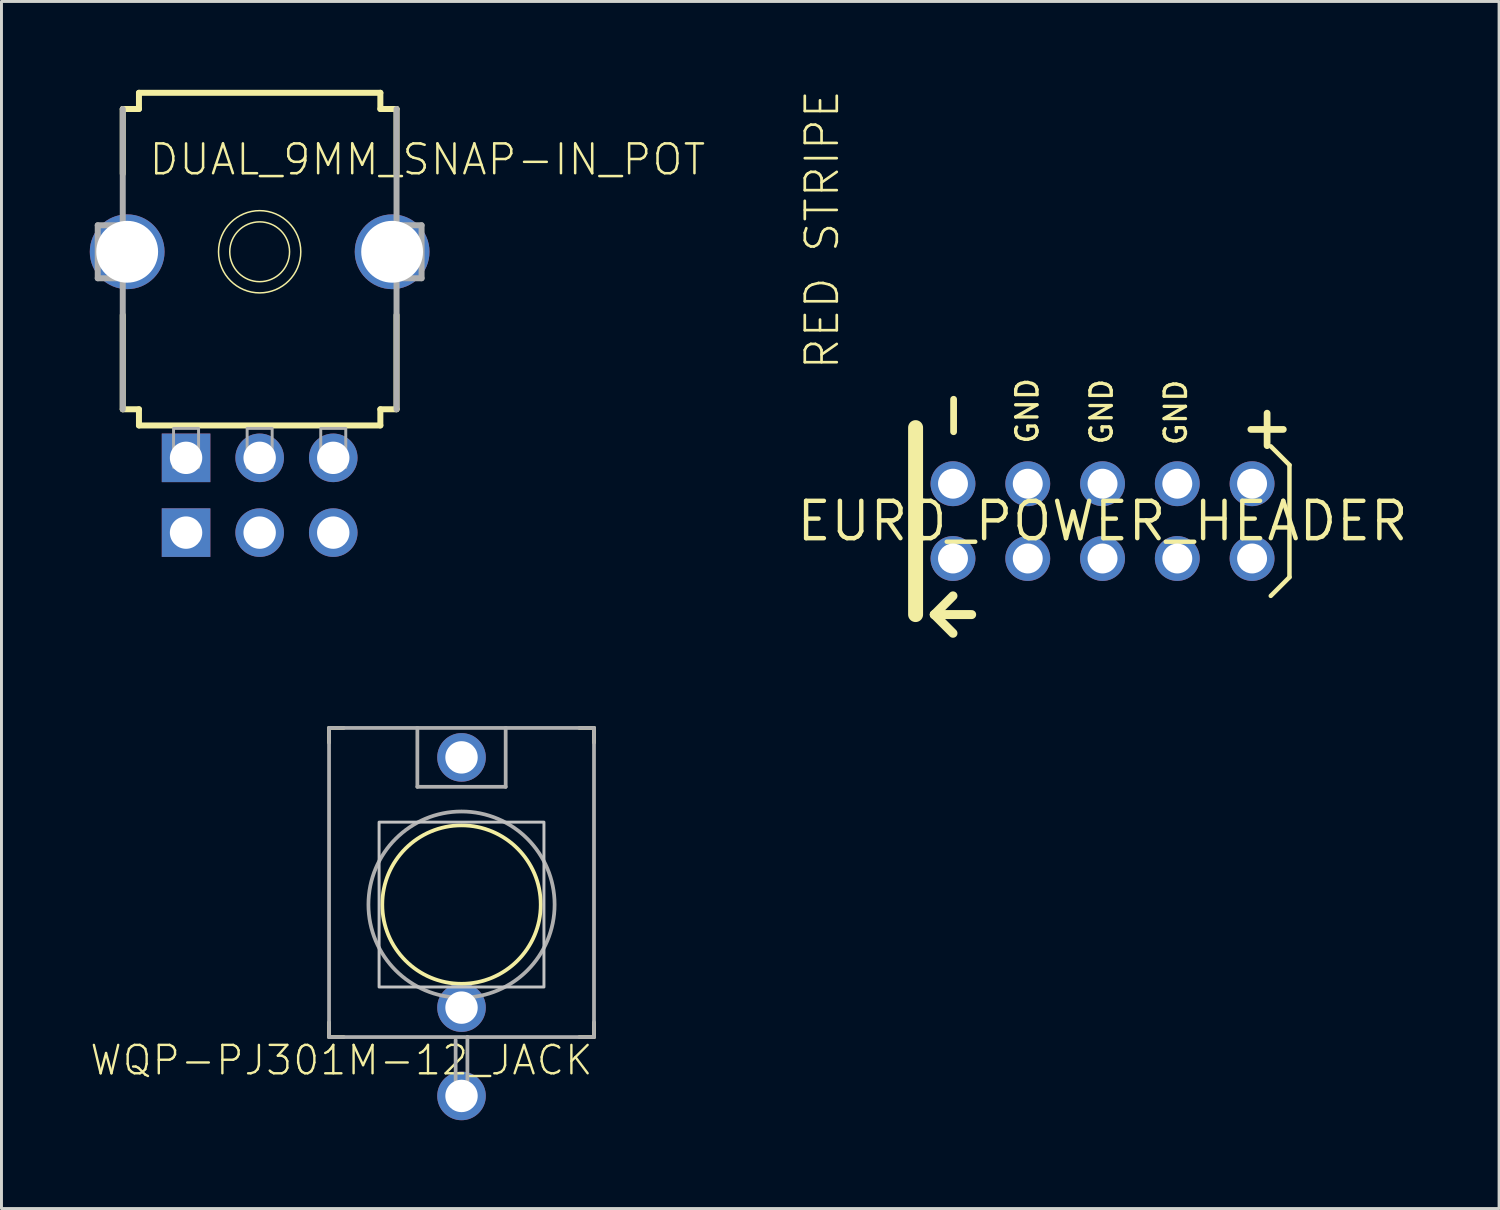
<source format=kicad_pcb>
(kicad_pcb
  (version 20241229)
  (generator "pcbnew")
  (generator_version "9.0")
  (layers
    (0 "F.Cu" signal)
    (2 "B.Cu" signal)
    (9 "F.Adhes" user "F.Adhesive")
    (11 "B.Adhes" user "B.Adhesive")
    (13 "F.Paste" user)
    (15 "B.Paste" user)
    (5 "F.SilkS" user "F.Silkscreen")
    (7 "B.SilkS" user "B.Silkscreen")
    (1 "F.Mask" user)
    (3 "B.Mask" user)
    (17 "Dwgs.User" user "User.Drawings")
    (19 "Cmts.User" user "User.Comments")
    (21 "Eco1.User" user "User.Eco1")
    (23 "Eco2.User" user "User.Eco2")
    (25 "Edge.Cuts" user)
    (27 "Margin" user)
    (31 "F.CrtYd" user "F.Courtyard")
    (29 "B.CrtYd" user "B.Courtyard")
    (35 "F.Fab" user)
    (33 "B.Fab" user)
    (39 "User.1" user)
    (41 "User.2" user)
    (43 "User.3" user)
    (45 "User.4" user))
  (footprint "EURO_POWER_HEADER"
    (layer "F.Cu")
    (at 34.401 14.651)
    (property "Reference" "EURO_POWER_HEADER" (at 0 0 0) (layer "F.SilkS") (effects (font (size 1.27 1.27) (thickness 0.15))))
    (attr through_hole)
    (fp_line (start -6.35 -3.175) (end -6.35 3.175) (stroke (width 0.508) (type solid)) (layer "F.SilkS"))
    (fp_line (start -5.715 3.175) (end -5.08 3.81) (stroke (width 0.305) (type solid)) (layer "F.SilkS"))
    (fp_line (start -5.08 2.54) (end -5.715 3.175) (stroke (width 0.305) (type solid)) (layer "F.SilkS"))
    (fp_line (start -4.445 3.175) (end -5.715 3.175) (stroke (width 0.305) (type solid)) (layer "F.SilkS"))
    (fp_line (start 5.715 -2.54) (end 6.35 -1.905) (stroke (width 0.152) (type solid)) (layer "F.SilkS"))
    (fp_line (start 6.35 -1.905) (end 6.35 1.905) (stroke (width 0.152) (type solid)) (layer "F.SilkS"))
    (fp_line (start 6.35 1.905) (end 5.715 2.54) (stroke (width 0.152) (type solid)) (layer "F.SilkS"))
    (fp_poly (pts (xy -5.334 -1.016) (xy -4.826 -1.016) (xy -4.826 -1.524) (xy -5.334 -1.524)) (stroke (width 0.1) (type solid)) (fill no) (layer "F.Fab"))
    (fp_poly (pts (xy -5.334 1.524) (xy -4.826 1.524) (xy -4.826 1.016) (xy -5.334 1.016)) (stroke (width 0.1) (type solid)) (fill no) (layer "F.Fab"))
    (fp_poly (pts (xy -2.794 -1.016) (xy -2.286 -1.016) (xy -2.286 -1.524) (xy -2.794 -1.524)) (stroke (width 0.1) (type solid)) (fill no) (layer "F.Fab"))
    (fp_poly (pts (xy -2.794 1.524) (xy -2.286 1.524) (xy -2.286 1.016) (xy -2.794 1.016)) (stroke (width 0.1) (type solid)) (fill no) (layer "F.Fab"))
    (fp_poly (pts (xy -0.254 -1.016) (xy 0.254 -1.016) (xy 0.254 -1.524) (xy -0.254 -1.524)) (stroke (width 0.1) (type solid)) (fill no) (layer "F.Fab"))
    (fp_poly (pts (xy -0.254 1.524) (xy 0.254 1.524) (xy 0.254 1.016) (xy -0.254 1.016)) (stroke (width 0.1) (type solid)) (fill no) (layer "F.Fab"))
    (fp_poly (pts (xy 2.286 -1.016) (xy 2.794 -1.016) (xy 2.794 -1.524) (xy 2.286 -1.524)) (stroke (width 0.1) (type solid)) (fill no) (layer "F.Fab"))
    (fp_poly (pts (xy 2.286 1.524) (xy 2.794 1.524) (xy 2.794 1.016) (xy 2.286 1.016)) (stroke (width 0.1) (type solid)) (fill no) (layer "F.Fab"))
    (fp_poly (pts (xy 4.826 -1.016) (xy 5.334 -1.016) (xy 5.334 -1.524) (xy 4.826 -1.524)) (stroke (width 0.1) (type solid)) (fill no) (layer "F.Fab"))
    (fp_poly (pts (xy 4.826 1.524) (xy 5.334 1.524) (xy 5.334 1.016) (xy 4.826 1.016)) (stroke (width 0.1) (type solid)) (fill no) (layer "F.Fab"))
    (fp_text user "GND" (at -2.132 -2.567 90) (layer "F.SilkS") (effects (font (size 0.724 0.724) (thickness 0.114)) (justify left bottom)))
    (fp_text user "+" (at 4.543 -2.374 0) (layer "F.SilkS") (effects (font (size 1.448 1.448) (thickness 0.229)) (justify left bottom)))
    (fp_text user "RED STRIPE" (at -8.89 -5.08 270) (layer "F.SilkS") (effects (font (size 1.086 1.086) (thickness 0.091)) (justify left bottom)))
    (fp_text user "-" (at -4.318 -2.54 90) (layer "F.SilkS") (effects (font (size 1.448 1.448) (thickness 0.229)) (justify left bottom)))
    (fp_text user "GND" (at 0.39 -2.54 90) (layer "F.SilkS") (effects (font (size 0.724 0.724) (thickness 0.114)) (justify left bottom)))
    (fp_text user "GND" (at 2.911 -2.513 90) (layer "F.SilkS") (effects (font (size 0.724 0.724) (thickness 0.114)) (justify left bottom)))
    (pad "1" thru_hole circle (at -5.08 1.27) (size 1.524 1.524) (drill 1.016) (layers "*.Cu" "*.Mask"))
    (pad "2" thru_hole circle (at -5.08 -1.27) (size 1.524 1.524) (drill 1.016) (layers "*.Cu" "*.Mask"))
    (pad "3" thru_hole circle (at -2.54 1.27) (size 1.524 1.524) (drill 1.016) (layers "*.Cu" "*.Mask"))
    (pad "4" thru_hole circle (at -2.54 -1.27) (size 1.524 1.524) (drill 1.016) (layers "*.Cu" "*.Mask"))
    (pad "5" thru_hole circle (at 0 1.27) (size 1.524 1.524) (drill 1.016) (layers "*.Cu" "*.Mask"))
    (pad "6" thru_hole circle (at 0 -1.27) (size 1.524 1.524) (drill 1.016) (layers "*.Cu" "*.Mask"))
    (pad "7" thru_hole circle (at 2.54 1.27) (size 1.524 1.524) (drill 1.016) (layers "*.Cu" "*.Mask"))
    (pad "8" thru_hole circle (at 2.54 -1.27) (size 1.524 1.524) (drill 1.016) (layers "*.Cu" "*.Mask"))
    (pad "9" thru_hole circle (at 5.08 1.27) (size 1.524 1.524) (drill 1.016) (layers "*.Cu" "*.Mask"))
    (pad "10" thru_hole circle (at 5.08 -1.27) (size 1.524 1.524) (drill 1.016) (layers "*.Cu" "*.Mask")))
  (footprint "WQP-PJ301M-12_JACK"
    (layer "F.Cu")
    (at 12.627 27.677)
    (property "Reference" "WQP-PJ301M-12_JACK" (at 4.521 4.724 180) (layer "F.SilkS") (effects (font (size 0.965 0.965) (thickness 0.081)) (justify right top)))
    (attr through_hole)
    (fp_line (start -4.5 -6) (end -4 -6) (stroke (width 0.127) (type solid)) (layer "F.SilkS"))
    (fp_line (start -4.5 -5.5) (end -4.5 -6) (stroke (width 0.127) (type solid)) (layer "F.SilkS"))
    (fp_line (start -4.5 4) (end -4.5 4.5) (stroke (width 0.127) (type solid)) (layer "F.SilkS"))
    (fp_line (start -4.5 4.5) (end -4 4.5) (stroke (width 0.127) (type solid)) (layer "F.SilkS"))
    (fp_line (start 4 -6) (end 4.5 -6) (stroke (width 0.127) (type solid)) (layer "F.SilkS"))
    (fp_line (start 4.5 -6) (end 4.5 -5.5) (stroke (width 0.127) (type solid)) (layer "F.SilkS"))
    (fp_line (start 4.5 4) (end 4.5 4.5) (stroke (width 0.127) (type solid)) (layer "F.SilkS"))
    (fp_line (start 4.5 4.5) (end 4 4.5) (stroke (width 0.127) (type solid)) (layer "F.SilkS"))
    (fp_circle (center 0 0) (end 2.691 0) (stroke (width 0.127) (type solid)) (fill no) (layer "F.SilkS"))
    (fp_poly (pts (xy -2.8 2.8) (xy 2.8 2.8) (xy 2.8 -2.8) (xy -2.8 -2.8)) (stroke (width 0.1) (type solid)) (fill no) (layer "Dwgs.User"))
    (fp_line (start -4.5 -6) (end -4.5 4.5) (stroke (width 0.127) (type solid)) (layer "F.Fab"))
    (fp_line (start -4.5 -6) (end -1.5 -6) (stroke (width 0.127) (type solid)) (layer "F.Fab"))
    (fp_line (start -4.5 4.5) (end 0.2 4.5) (stroke (width 0.127) (type solid)) (layer "F.Fab"))
    (fp_line (start -1.5 -6) (end -1.5 -4) (stroke (width 0.127) (type solid)) (layer "F.Fab"))
    (fp_line (start -1.5 -6) (end 1.5 -6) (stroke (width 0.127) (type solid)) (layer "F.Fab"))
    (fp_line (start -1.5 -4) (end 1.5 -4) (stroke (width 0.127) (type solid)) (layer "F.Fab"))
    (fp_line (start -0.2 4.6) (end -0.2 6.7) (stroke (width 0.127) (type solid)) (layer "F.Fab"))
    (fp_line (start -0.2 6.7) (end 0.2 6.7) (stroke (width 0.127) (type solid)) (layer "F.Fab"))
    (fp_line (start 0.2 4.5) (end 4.5 4.5) (stroke (width 0.127) (type solid)) (layer "F.Fab"))
    (fp_line (start 0.2 6.7) (end 0.2 4.5) (stroke (width 0.127) (type solid)) (layer "F.Fab"))
    (fp_line (start 1.5 -6) (end 4.5 -6) (stroke (width 0.127) (type solid)) (layer "F.Fab"))
    (fp_line (start 1.5 -4) (end 1.5 -6) (stroke (width 0.127) (type solid)) (layer "F.Fab"))
    (fp_line (start 4.5 4.5) (end 4.5 -6) (stroke (width 0.127) (type solid)) (layer "F.Fab"))
    (fp_circle (center 0 0) (end 3.162 0) (stroke (width 0.127) (type solid)) (fill no) (layer "F.Fab"))
    (pad "P$1_TIP" thru_hole circle (at 0 -5) (size 1.65 1.65) (drill 1.1) (layers "*.Cu" "*.Mask"))
    (pad "P$2_SWITCH" thru_hole circle (at 0 3.5) (size 1.65 1.65) (drill 1.1) (layers "*.Cu" "*.Mask"))
    (pad "P$3_SLEEVE" thru_hole circle (at 0 6.5) (size 1.65 1.65) (drill 1.1) (layers "*.Cu" "*.Mask")))
  (footprint "DUAL_9MM_SNAP-IN_POT"
    (layer "F.Cu")
    (at 5.77 5.502)
    (property "Reference" "DUAL_9MM_SNAP-IN_POT" (at -3.81 -2.54 0) (layer "F.SilkS") (effects (font (size 1.013 1.013) (thickness 0.085)) (justify left bottom)))
    (attr through_hole)
    (fp_line (start -4.65 -2.65) (end -4.65 -4.85) (stroke (width 0.203) (type solid)) (layer "F.SilkS"))
    (fp_line (start -4.65 5.35) (end -4.65 2.15) (stroke (width 0.203) (type solid)) (layer "F.SilkS"))
    (fp_line (start -4.65 5.35) (end -4.1 5.35) (stroke (width 0.203) (type solid)) (layer "F.SilkS"))
    (fp_line (start -4.1 -5.4) (end -4.1 -4.85) (stroke (width 0.203) (type solid)) (layer "F.SilkS"))
    (fp_line (start -4.1 -5.4) (end 4.1 -5.4) (stroke (width 0.203) (type solid)) (layer "F.SilkS"))
    (fp_line (start -4.1 -4.85) (end -4.65 -4.85) (stroke (width 0.203) (type solid)) (layer "F.SilkS"))
    (fp_line (start -4.1 5.35) (end -4.1 5.9) (stroke (width 0.203) (type solid)) (layer "F.SilkS"))
    (fp_line (start 4.1 -4.85) (end 4.1 -5.4) (stroke (width 0.203) (type solid)) (layer "F.SilkS"))
    (fp_line (start 4.1 5.35) (end 4.65 5.35) (stroke (width 0.203) (type solid)) (layer "F.SilkS"))
    (fp_line (start 4.1 5.9) (end -4.1 5.9) (stroke (width 0.203) (type solid)) (layer "F.SilkS"))
    (fp_line (start 4.1 5.9) (end 4.1 5.35) (stroke (width 0.203) (type solid)) (layer "F.SilkS"))
    (fp_line (start 4.65 -4.85) (end 4.1 -4.85) (stroke (width 0.203) (type solid)) (layer "F.SilkS"))
    (fp_line (start 4.65 -4.85) (end 4.65 -2.65) (stroke (width 0.203) (type solid)) (layer "F.SilkS"))
    (fp_line (start 4.65 2.15) (end 4.65 5.35) (stroke (width 0.203) (type solid)) (layer "F.SilkS"))
    (fp_circle (center 0 0) (end 1.016 0) (stroke (width 0.051) (type solid)) (fill no) (layer "F.SilkS"))
    (fp_circle (center 0 0) (end 1.397 0) (stroke (width 0.051) (type solid)) (fill no) (layer "F.SilkS"))
    (fp_line (start -5.5 -0.9) (end -5.5 0.9) (stroke (width 0.203) (type solid)) (layer "F.Fab"))
    (fp_line (start -5.5 0.9) (end -4.75 0.9) (stroke (width 0.203) (type solid)) (layer "F.Fab"))
    (fp_line (start -4.75 -0.9) (end -5.5 -0.9) (stroke (width 0.203) (type solid)) (layer "F.Fab"))
    (fp_line (start -4.65 5.35) (end -4.65 -4.85) (stroke (width 0.203) (type solid)) (layer "F.Fab"))
    (fp_line (start 4.65 -4.85) (end 4.65 5.35) (stroke (width 0.203) (type solid)) (layer "F.Fab"))
    (fp_line (start 4.75 0.9) (end 5.5 0.9) (stroke (width 0.203) (type solid)) (layer "F.Fab"))
    (fp_line (start 5.5 -0.9) (end 4.75 -0.9) (stroke (width 0.203) (type solid)) (layer "F.Fab"))
    (fp_line (start 5.5 0.9) (end 5.5 -0.9) (stroke (width 0.203) (type solid)) (layer "F.Fab"))
    (fp_poly (pts (xy -2.925 7.325) (xy -2.075 7.325) (xy -2.075 6) (xy -2.925 6)) (stroke (width 0.1) (type solid)) (fill no) (layer "F.Fab"))
    (fp_poly (pts (xy -0.425 7.325) (xy 0.425 7.325) (xy 0.425 6) (xy -0.425 6)) (stroke (width 0.1) (type solid)) (fill no) (layer "F.Fab"))
    (fp_poly (pts (xy 2.075 7.325) (xy 2.925 7.325) (xy 2.925 6) (xy 2.075 6)) (stroke (width 0.1) (type solid)) (fill no) (layer "F.Fab"))
    (pad "1" thru_hole rect (at -2.5 7 270) (size 1.65 1.65) (drill 1.1) (layers "*.Cu" "*.Mask"))
    (pad "1B" thru_hole rect (at -2.5 9.54 270) (size 1.65 1.65) (drill 1.1) (layers "*.Cu" "*.Mask"))
    (pad "2" thru_hole circle (at 0 7 270) (size 1.65 1.65) (drill 1.1) (layers "*.Cu" "*.Mask"))
    (pad "2B" thru_hole circle (at 0 9.54 270) (size 1.65 1.65) (drill 1.1) (layers "*.Cu" "*.Mask"))
    (pad "3" thru_hole circle (at 2.5 7 270) (size 1.65 1.65) (drill 1.1) (layers "*.Cu" "*.Mask"))
    (pad "3B" thru_hole circle (at 2.5 9.54 270) (size 1.65 1.65) (drill 1.1) (layers "*.Cu" "*.Mask"))
    (pad "CHASSIS1" thru_hole circle (at -4.5 0 270) (size 2.54 2.54) (drill 2.1) (layers "*.Cu" "*.Mask"))
    (pad "CHASSIS2" thru_hole circle (at 4.5 0 270) (size 2.54 2.54) (drill 2.1) (layers "*.Cu" "*.Mask")))
  (gr_rect
    (start -3 -3)
    (end 47.871 38.002)
    (stroke (width 0.1) (type default))
    (fill no)
    (layer "Edge.Cuts")))
</source>
